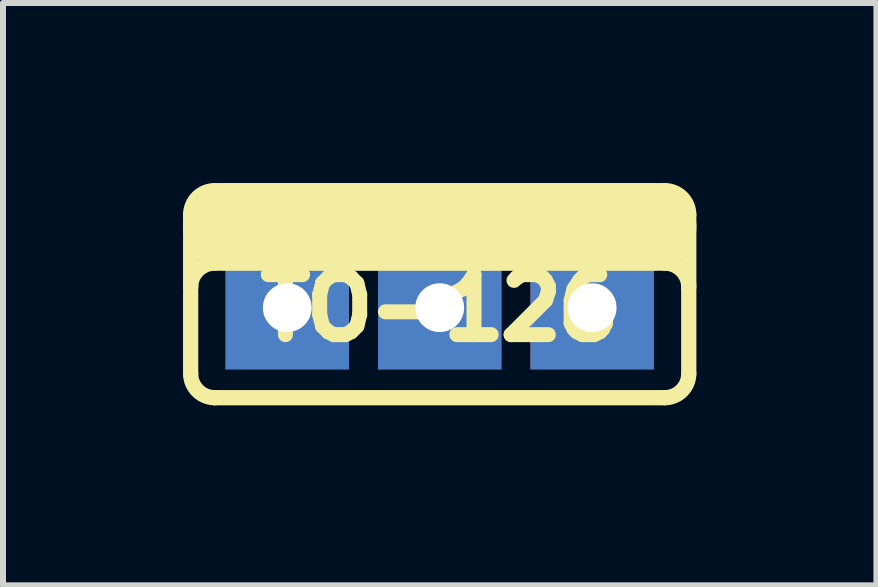
<source format=kicad_pcb>
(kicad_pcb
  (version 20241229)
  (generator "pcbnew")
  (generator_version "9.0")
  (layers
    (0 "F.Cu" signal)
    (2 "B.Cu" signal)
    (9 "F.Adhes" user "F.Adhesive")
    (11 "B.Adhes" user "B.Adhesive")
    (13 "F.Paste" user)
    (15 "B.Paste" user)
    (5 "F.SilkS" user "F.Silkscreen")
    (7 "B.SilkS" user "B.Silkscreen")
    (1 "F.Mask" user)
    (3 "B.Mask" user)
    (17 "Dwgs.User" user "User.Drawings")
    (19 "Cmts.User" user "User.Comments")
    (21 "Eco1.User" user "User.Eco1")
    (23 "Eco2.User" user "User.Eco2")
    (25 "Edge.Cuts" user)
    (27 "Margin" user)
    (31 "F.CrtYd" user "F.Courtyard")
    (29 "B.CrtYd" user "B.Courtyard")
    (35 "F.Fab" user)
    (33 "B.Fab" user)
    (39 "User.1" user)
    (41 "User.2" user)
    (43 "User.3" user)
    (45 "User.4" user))
  (footprint "TO-126"
    (layer "F.Cu")
    (at 4.277 2.077)
    (property "Reference" "TO-126" (at 0 0 180) (layer "F.SilkS") (effects (font (size 1 1) (thickness 0.25))))
    (attr through_hole)
    (fp_line (start -4.15 1.1) (end -4.15 -1.55) (stroke (width 0.254) (type solid)) (layer "F.SilkS"))
    (fp_line (start 3.552 -1.347) (end -3.552 -1.347) (stroke (width 1.45) (type solid)) (layer "F.SilkS"))
    (fp_line (start 3.75 -1.95) (end -3.75 -1.95) (stroke (width 0.254) (type solid)) (layer "F.SilkS"))
    (fp_line (start 3.75 -0.743) (end -3.75 -0.743) (stroke (width 0.254) (type solid)) (layer "F.SilkS"))
    (fp_line (start 3.75 1.5) (end -3.75 1.5) (stroke (width 0.254) (type solid)) (layer "F.SilkS"))
    (fp_line (start 4.15 1.1) (end 4.15 -1.55) (stroke (width 0.254) (type solid)) (layer "F.SilkS"))
    (fp_arc (start -4.15 -1.55) (mid -4.032843 -1.832843) (end -3.75 -1.95) (stroke (width 0.254) (type solid)) (layer "F.SilkS"))
    (fp_arc (start -4.15 -0.343) (mid -4.032843 -0.625843) (end -3.75 -0.743) (stroke (width 0.254) (type solid)) (layer "F.SilkS"))
    (fp_arc (start -3.75 1.5) (mid -4.032843 1.382843) (end -4.15 1.1) (stroke (width 0.254) (type solid)) (layer "F.SilkS"))
    (fp_arc (start 3.75 -1.95) (mid 4.032843 -1.832843) (end 4.15 -1.55) (stroke (width 0.254) (type solid)) (layer "F.SilkS"))
    (fp_arc (start 3.75 -0.743) (mid 4.032843 -0.625843) (end 4.15 -0.343) (stroke (width 0.254) (type solid)) (layer "F.SilkS"))
    (fp_arc (start 4.15 1.1) (mid 4.032843 1.382843) (end 3.75 1.5) (stroke (width 0.254) (type solid)) (layer "F.SilkS"))
    (pad "1" thru_hole rect (at -2.54 0 180) (size 2.057 2.057) (drill 0.813) (layers "*.Cu" "*.Mask"))
    (pad "2" thru_hole rect (at 0 0 180) (size 2.057 2.057) (drill 0.813) (layers "*.Cu" "*.Mask"))
    (pad "3" thru_hole rect (at 2.54 0 180) (size 2.057 2.057) (drill 0.813) (layers "*.Cu" "*.Mask")))
  (gr_rect
    (start -3 -3)
    (end 11.554 6.704)
    (stroke (width 0.1) (type default))
    (fill no)
    (layer "Edge.Cuts")))
</source>
